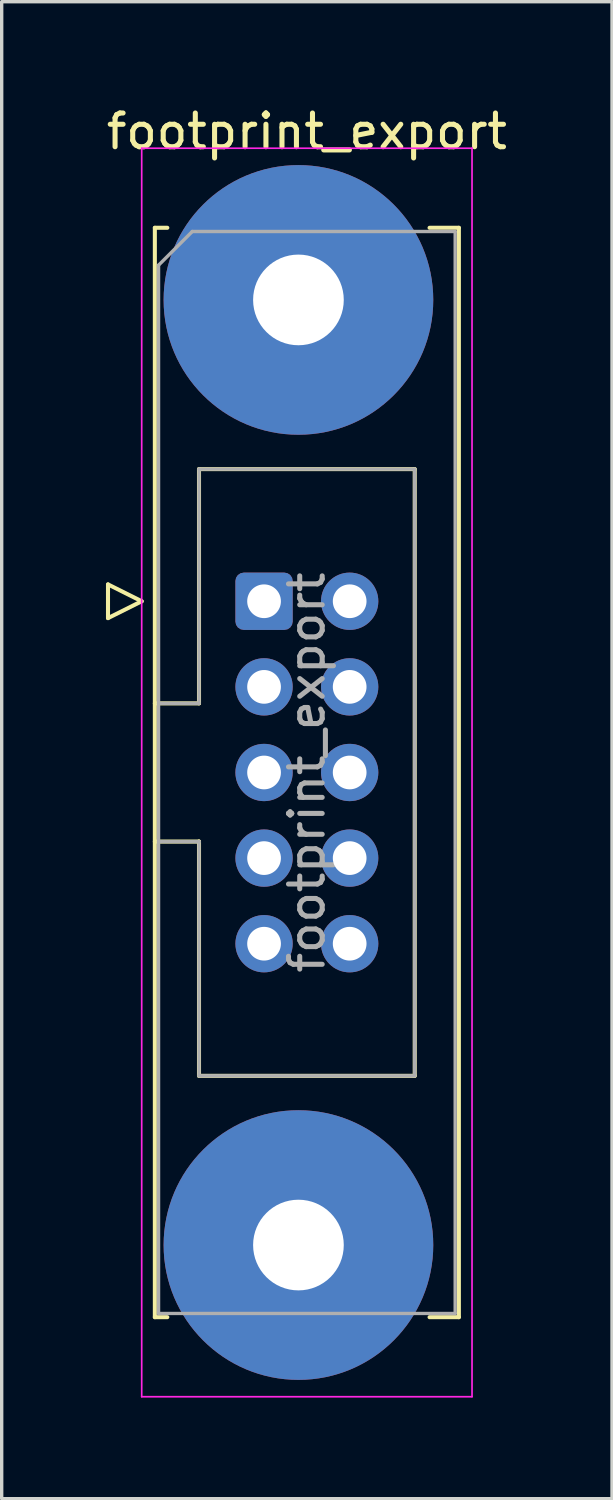
<source format=kicad_pcb>
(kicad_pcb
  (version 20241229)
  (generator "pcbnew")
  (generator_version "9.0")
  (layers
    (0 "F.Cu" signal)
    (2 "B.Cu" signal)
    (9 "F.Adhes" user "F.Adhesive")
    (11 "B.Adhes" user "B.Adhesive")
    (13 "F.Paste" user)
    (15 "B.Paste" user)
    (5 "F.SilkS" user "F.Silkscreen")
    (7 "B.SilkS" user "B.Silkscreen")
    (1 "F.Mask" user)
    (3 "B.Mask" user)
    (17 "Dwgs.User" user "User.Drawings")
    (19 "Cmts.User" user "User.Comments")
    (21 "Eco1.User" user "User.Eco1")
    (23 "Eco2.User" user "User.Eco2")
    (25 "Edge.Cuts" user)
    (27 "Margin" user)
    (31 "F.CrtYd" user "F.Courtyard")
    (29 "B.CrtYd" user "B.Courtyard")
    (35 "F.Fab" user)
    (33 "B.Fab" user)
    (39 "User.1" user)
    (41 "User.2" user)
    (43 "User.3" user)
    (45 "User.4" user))
  (footprint "footprint_export"
    (layer "F.Cu")
    (at 4.784 14.788)
    (property "Reference" "footprint_export" (at 1.27 -13.94 0) (layer "F.SilkS") (effects (font (size 1 1) (thickness 0.15))))
    (attr through_hole)
    (fp_line (start -4.63 -0.5) (end -4.63 0.5) (stroke (width 0.12) (type solid)) (layer "F.SilkS"))
    (fp_line (start -4.63 0.5) (end -3.63 0) (stroke (width 0.12) (type solid)) (layer "F.SilkS"))
    (fp_line (start -3.63 0) (end -4.63 -0.5) (stroke (width 0.12) (type solid)) (layer "F.SilkS"))
    (fp_line (start -3.24 -11.08) (end -3.24 21.24) (stroke (width 0.12) (type solid)) (layer "F.SilkS"))
    (fp_line (start -3.24 3.03) (end -1.93 3.03) (stroke (width 0.12) (type solid)) (layer "F.SilkS"))
    (fp_line (start -3.24 21.24) (end -2.87 21.24) (stroke (width 0.12) (type solid)) (layer "F.SilkS"))
    (fp_line (start -2.87 -11.08) (end -3.24 -11.08) (stroke (width 0.12) (type solid)) (layer "F.SilkS"))
    (fp_line (start -1.93 -3.92) (end 4.47 -3.92) (stroke (width 0.12) (type solid)) (layer "F.SilkS"))
    (fp_line (start -1.93 3.03) (end -1.93 -3.92) (stroke (width 0.12) (type solid)) (layer "F.SilkS"))
    (fp_line (start -1.93 7.13) (end -3.24 7.13) (stroke (width 0.12) (type solid)) (layer "F.SilkS"))
    (fp_line (start -1.93 7.13) (end -1.93 7.13) (stroke (width 0.12) (type solid)) (layer "F.SilkS"))
    (fp_line (start -1.93 14.08) (end -1.93 7.13) (stroke (width 0.12) (type solid)) (layer "F.SilkS"))
    (fp_line (start 4.47 -3.92) (end 4.47 14.08) (stroke (width 0.12) (type solid)) (layer "F.SilkS"))
    (fp_line (start 4.47 14.08) (end -1.93 14.08) (stroke (width 0.12) (type solid)) (layer "F.SilkS"))
    (fp_line (start 4.91 -11.08) (end 5.78 -11.08) (stroke (width 0.12) (type solid)) (layer "F.SilkS"))
    (fp_line (start 5.78 -11.08) (end 5.78 21.24) (stroke (width 0.12) (type solid)) (layer "F.SilkS"))
    (fp_line (start 5.78 21.24) (end 4.91 21.24) (stroke (width 0.12) (type solid)) (layer "F.SilkS"))
    (fp_line (start -3.63 -13.44) (end -3.63 23.6) (stroke (width 0.05) (type solid)) (layer "F.CrtYd"))
    (fp_line (start -3.63 23.6) (end 6.17 23.6) (stroke (width 0.05) (type solid)) (layer "F.CrtYd"))
    (fp_line (start 6.17 -13.44) (end -3.63 -13.44) (stroke (width 0.05) (type solid)) (layer "F.CrtYd"))
    (fp_line (start 6.17 23.6) (end 6.17 -13.44) (stroke (width 0.05) (type solid)) (layer "F.CrtYd"))
    (fp_line (start -3.13 -9.97) (end -2.13 -10.97) (stroke (width 0.1) (type solid)) (layer "F.Fab"))
    (fp_line (start -3.13 3.03) (end -1.93 3.03) (stroke (width 0.1) (type solid)) (layer "F.Fab"))
    (fp_line (start -3.13 21.13) (end -3.13 -9.97) (stroke (width 0.1) (type solid)) (layer "F.Fab"))
    (fp_line (start -2.13 -10.97) (end 5.67 -10.97) (stroke (width 0.1) (type solid)) (layer "F.Fab"))
    (fp_line (start -1.93 -3.92) (end 4.47 -3.92) (stroke (width 0.1) (type solid)) (layer "F.Fab"))
    (fp_line (start -1.93 3.03) (end -1.93 -3.92) (stroke (width 0.1) (type solid)) (layer "F.Fab"))
    (fp_line (start -1.93 7.13) (end -3.13 7.13) (stroke (width 0.1) (type solid)) (layer "F.Fab"))
    (fp_line (start -1.93 7.13) (end -1.93 7.13) (stroke (width 0.1) (type solid)) (layer "F.Fab"))
    (fp_line (start -1.93 14.08) (end -1.93 7.13) (stroke (width 0.1) (type solid)) (layer "F.Fab"))
    (fp_line (start 4.47 -3.92) (end 4.47 14.08) (stroke (width 0.1) (type solid)) (layer "F.Fab"))
    (fp_line (start 4.47 14.08) (end -1.93 14.08) (stroke (width 0.1) (type solid)) (layer "F.Fab"))
    (fp_line (start 5.67 -10.97) (end 5.67 21.13) (stroke (width 0.1) (type solid)) (layer "F.Fab"))
    (fp_line (start 5.67 21.13) (end -3.13 21.13) (stroke (width 0.1) (type solid)) (layer "F.Fab"))
    (fp_text user "${REFERENCE}" (at 1.27 5.08 90) (layer "F.Fab") (effects (font (size 1 1) (thickness 0.15))))
    (pad "1" thru_hole roundrect (at 0 0) (size 1.7 1.7) (drill 1) (layers "*.Cu" "*.Mask") (roundrect_rratio 0.147))
    (pad "2" thru_hole circle (at 2.54 0) (size 1.7 1.7) (drill 1) (layers "*.Cu" "*.Mask"))
    (pad "3" thru_hole circle (at 0 2.54) (size 1.7 1.7) (drill 1) (layers "*.Cu" "*.Mask"))
    (pad "4" thru_hole circle (at 2.54 2.54) (size 1.7 1.7) (drill 1) (layers "*.Cu" "*.Mask"))
    (pad "5" thru_hole circle (at 0 5.08) (size 1.7 1.7) (drill 1) (layers "*.Cu" "*.Mask"))
    (pad "6" thru_hole circle (at 2.54 5.08) (size 1.7 1.7) (drill 1) (layers "*.Cu" "*.Mask"))
    (pad "7" thru_hole circle (at 0 7.62) (size 1.7 1.7) (drill 1) (layers "*.Cu" "*.Mask"))
    (pad "8" thru_hole circle (at 2.54 7.62) (size 1.7 1.7) (drill 1) (layers "*.Cu" "*.Mask"))
    (pad "9" thru_hole circle (at 0 10.16) (size 1.7 1.7) (drill 1) (layers "*.Cu" "*.Mask"))
    (pad "10" thru_hole circle (at 2.54 10.16) (size 1.7 1.7) (drill 1) (layers "*.Cu" "*.Mask"))
    (pad "MP" thru_hole circle (at 1.02 -8.94) (size 8 8) (drill 2.69) (layers "*.Cu" "*.Mask"))
    (pad "MP" thru_hole circle (at 1.02 19.1) (size 8 8) (drill 2.69) (layers "*.Cu" "*.Mask")))
  (gr_rect
    (start -3 -3)
    (end 15.107 41.413)
    (stroke (width 0.1) (type default))
    (fill no)
    (layer "Edge.Cuts")))
</source>
